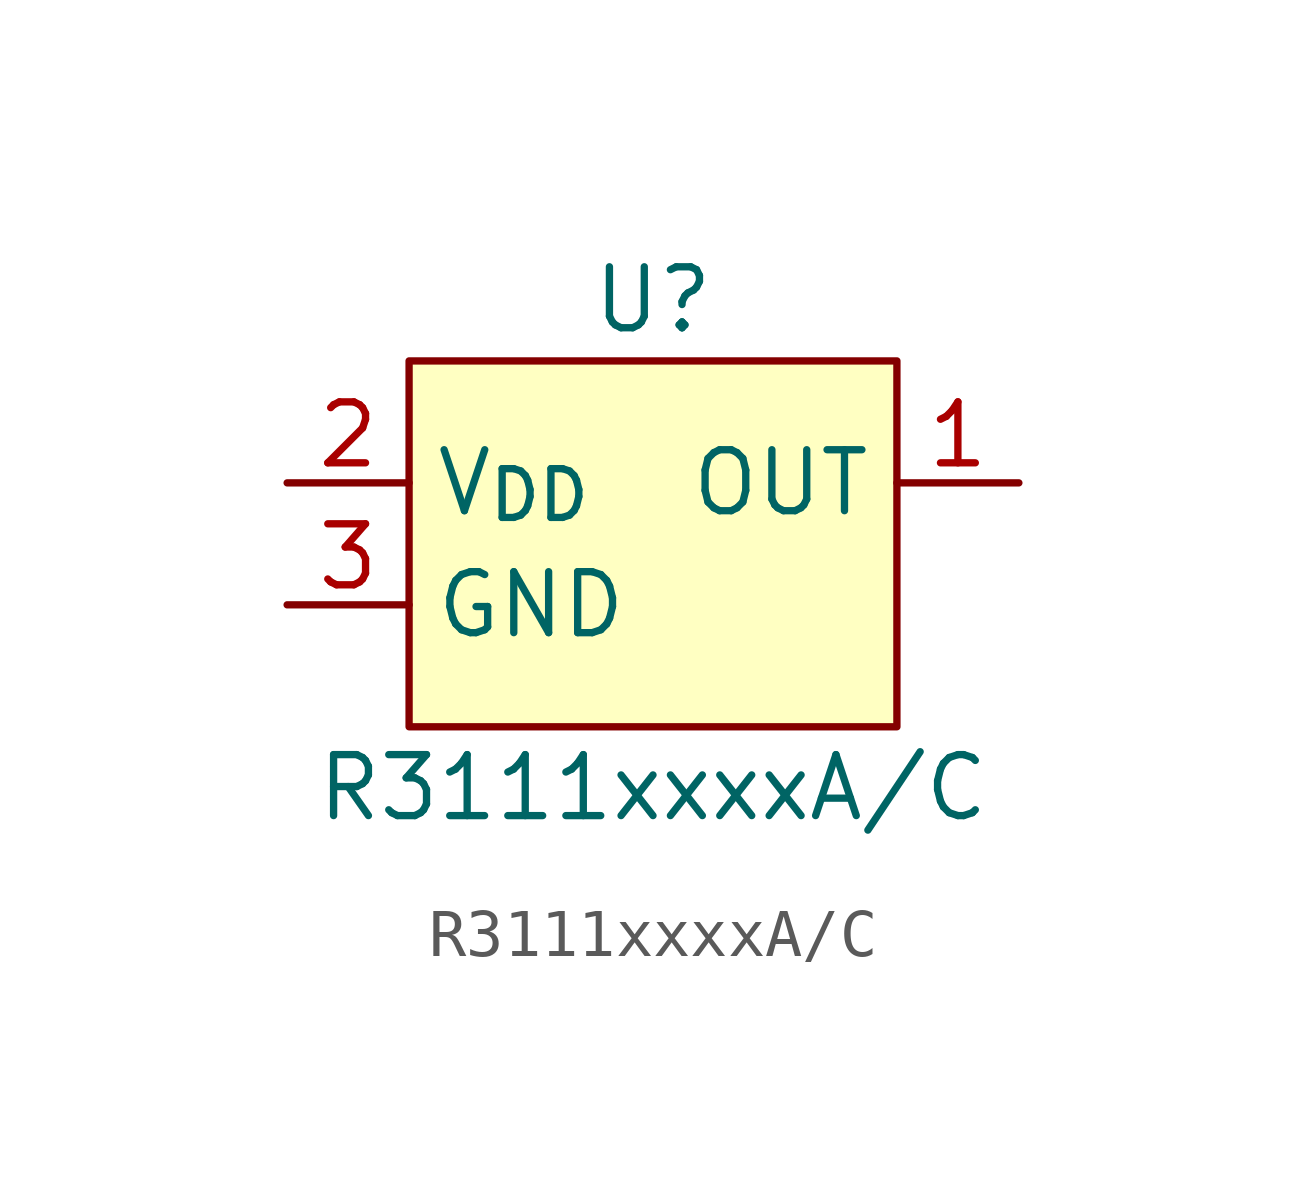
<source format=kicad_sym>
(kicad_symbol_lib
  (version 20220914)
  (generator kicad_symbol_editor)
  (symbol "R3111xxxxA/C"
    (property "Reference" "U"
      (at 0 3.81 0)
      (effects (font (size 1.27 1.27))))
    (property "Value" "R3111xxxxA/C"
      (at 0 -6.35 0)
      (effects (font (size 1.27 1.27))))
    (symbol "R3111xxxxA/C_1_1"
      (rectangle (start -5.08 2.54) (end 5.08 -5.08) (stroke (width 0) (type default)) (fill (type background)))
      (pin input line (at 7.62 0 180) (length 2.54) (name "OUT" (effects (font (size 1.27 1.27)))) (number "1" (effects (font (size 1.27 1.27)))))
      (pin power_in line (at -7.62 0 0) (length 2.54) (name "V_{DD}" (effects (font (size 1.27 1.27)))) (number "2" (effects (font (size 1.27 1.27)))))
      (pin power_in line (at -7.62 -2.54 0) (length 2.54) (name "GND" (effects (font (size 1.27 1.27)))) (number "3" (effects (font (size 1.27 1.27))))))))
</source>
